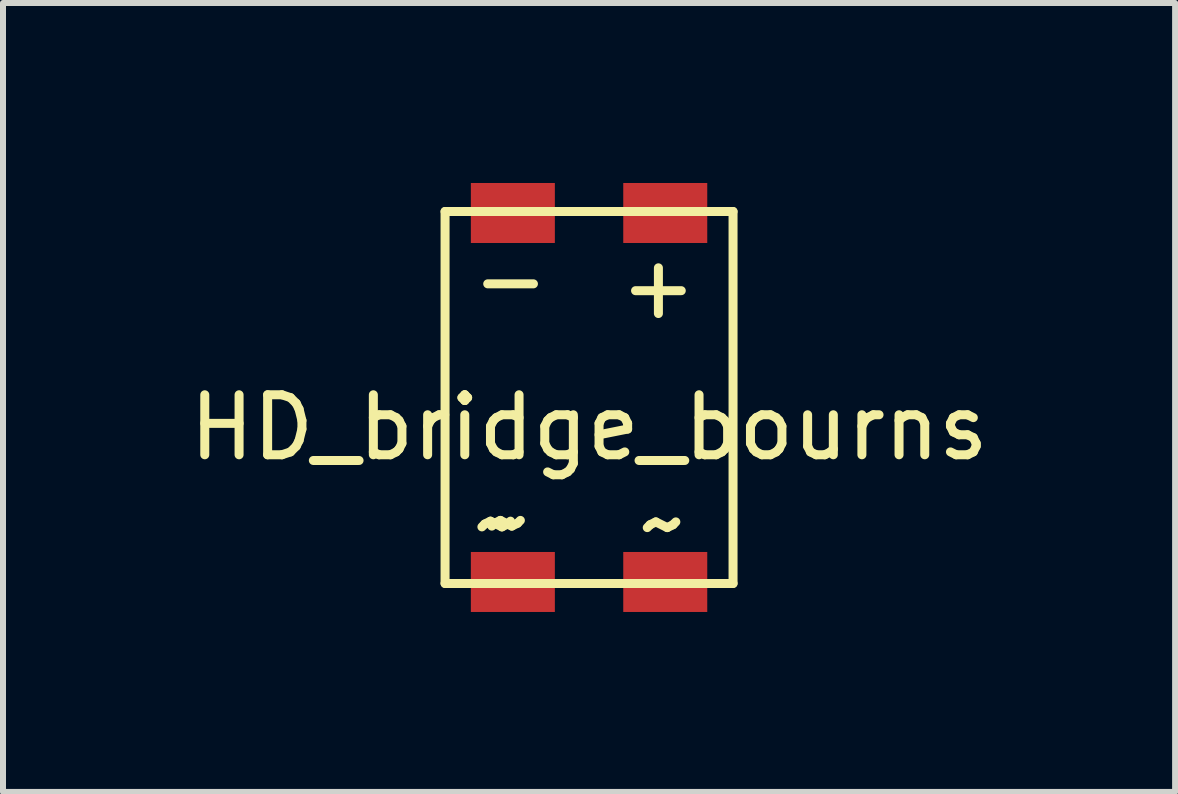
<source format=kicad_pcb>
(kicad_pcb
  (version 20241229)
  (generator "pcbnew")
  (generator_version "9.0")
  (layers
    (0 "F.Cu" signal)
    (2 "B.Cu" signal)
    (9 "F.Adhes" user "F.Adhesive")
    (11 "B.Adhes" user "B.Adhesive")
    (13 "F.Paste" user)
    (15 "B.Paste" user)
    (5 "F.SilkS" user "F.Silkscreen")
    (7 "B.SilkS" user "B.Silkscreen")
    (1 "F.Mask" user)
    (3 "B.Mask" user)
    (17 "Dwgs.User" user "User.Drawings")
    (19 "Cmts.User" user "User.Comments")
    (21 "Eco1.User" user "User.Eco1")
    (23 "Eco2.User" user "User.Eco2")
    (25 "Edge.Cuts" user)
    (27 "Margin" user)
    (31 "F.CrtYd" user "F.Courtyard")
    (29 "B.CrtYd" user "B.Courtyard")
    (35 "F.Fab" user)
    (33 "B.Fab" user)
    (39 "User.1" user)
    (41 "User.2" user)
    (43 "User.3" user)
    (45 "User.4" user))
  (footprint "HD_bridge_bourns"
    (layer "F.Cu")
    (at 6.768 3.575)
    (property "Reference" "HD_bridge_bourns" (at 0 0.5 0) (layer "F.SilkS") (effects (font (size 1 1) (thickness 0.15))))
    (attr through_hole)
    (fp_line (start -2.4 -3.1) (end -2.4 3.1) (stroke (width 0.15) (type solid)) (layer "F.SilkS"))
    (fp_line (start -2.4 -3.1) (end 2.4 -3.1) (stroke (width 0.15) (type solid)) (layer "F.SilkS"))
    (fp_line (start -2.4 3.1) (end 2.4 3.1) (stroke (width 0.15) (type solid)) (layer "F.SilkS"))
    (fp_line (start 2.4 -3.1) (end 2.4 3.1) (stroke (width 0.15) (type solid)) (layer "F.SilkS"))
    (fp_text user "~" (at 1.232 2.095 0) (layer "F.SilkS") (effects (font (size 1 1) (thickness 0.15))))
    (fp_text user "~" (at -1.359 2.07 0) (layer "F.SilkS") (effects (font (size 1 1) (thickness 0.15))))
    (fp_text user "-" (at -1.308 -1.968 0) (layer "F.SilkS") (effects (font (size 1 1) (thickness 0.15))))
    (fp_text user "+" (at 1.156 -1.854 0) (layer "F.SilkS") (effects (font (size 1 1) (thickness 0.15))))
    (fp_text user "~" (at -1.524 2.083 0) (layer "F.SilkS") (effects (font (size 1 1) (thickness 0.15))))
    (pad "1" smd rect (at 1.27 -3.075) (size 1.4 1) (layers "F.Cu" "F.Mask" "F.Paste"))
    (pad "2" smd rect (at 1.27 3.075) (size 1.4 1) (layers "F.Cu" "F.Mask" "F.Paste"))
    (pad "3" smd rect (at -1.27 3.075) (size 1.4 1) (layers "F.Cu" "F.Mask" "F.Paste"))
    (pad "4" smd rect (at -1.27 -3.075) (size 1.4 1) (layers "F.Cu" "F.Mask" "F.Paste")))
  (gr_rect
    (start -3 -3)
    (end 16.536 10.15)
    (stroke (width 0.1) (type default))
    (fill no)
    (layer "Edge.Cuts")))
</source>
